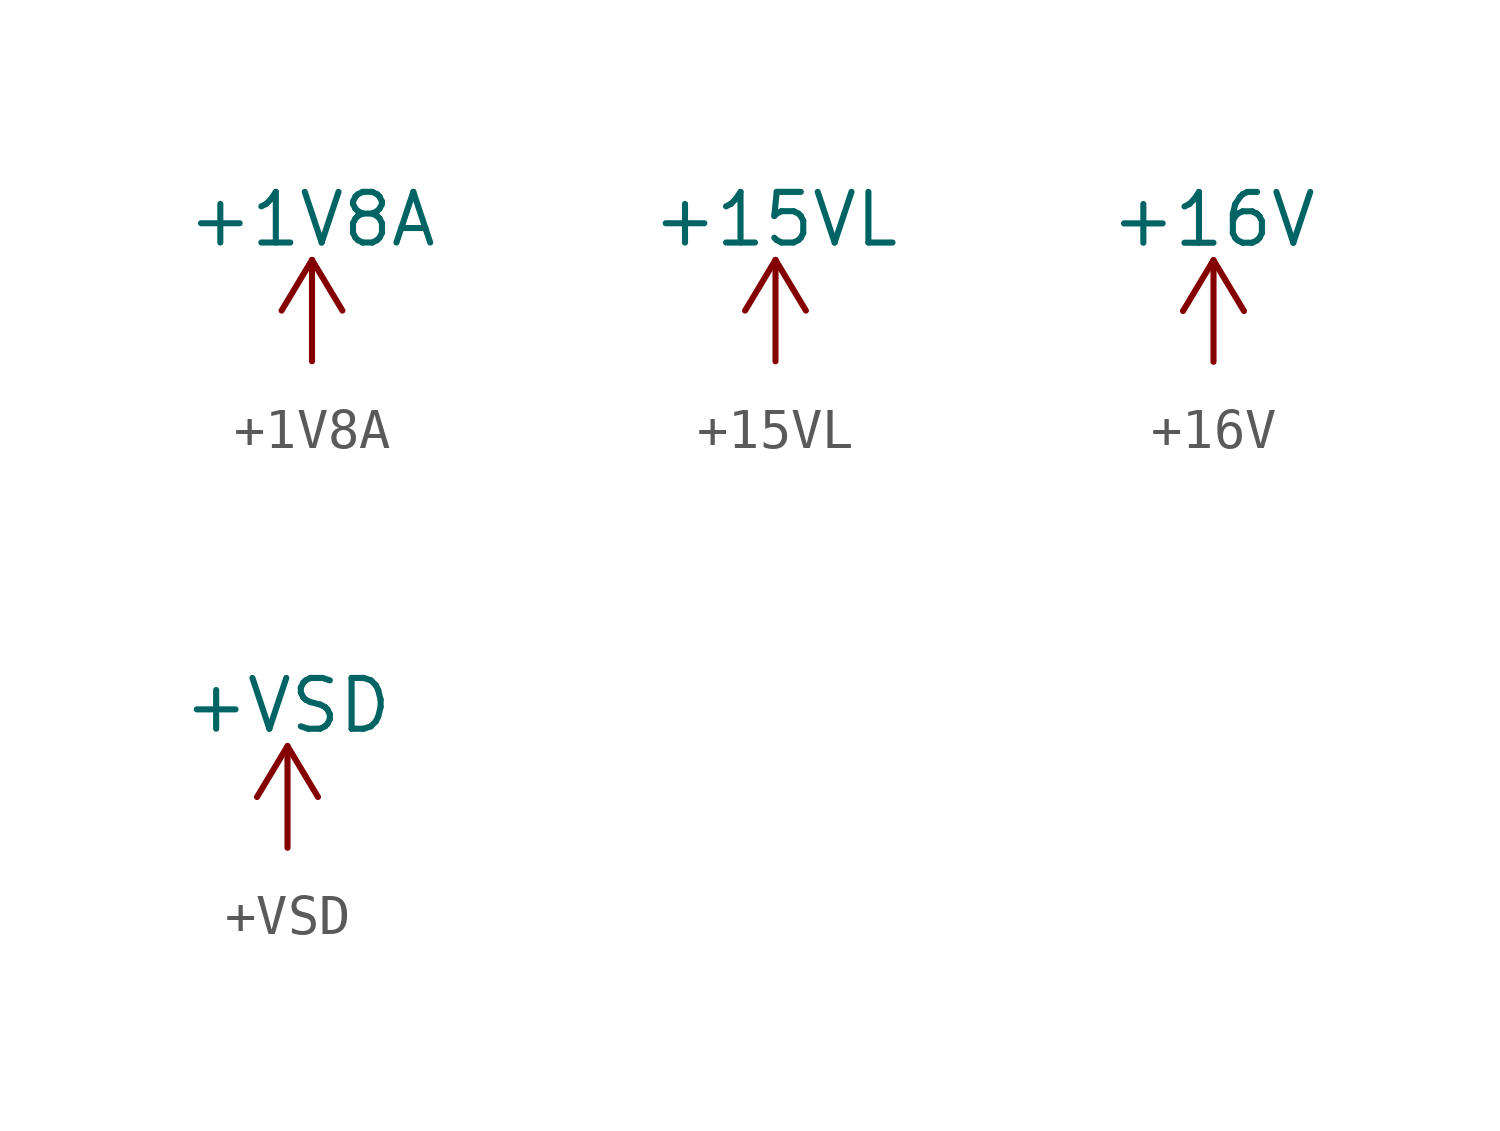
<source format=kicad_sym>
(kicad_symbol_lib
  (version 20220914)
  (generator kicad_symbol_editor)
  (symbol "+1V8A"
    (power)
    (pin_names
      (offset 0))
    (property "Reference" "#PWR"
      (at 0 -3.81 0)
      (effects (font (size 1.27 1.27)) hide))
    (property "Value" "+1V8A"
      (at 0 3.556 0)
      (effects (font (size 1.27 1.27))))
    (symbol "+1V8A_0_1"
      (polyline (pts (xy -0.762 1.27) (xy 0 2.54)) (stroke (width 0) (type default)) (fill (type none)))
      (polyline (pts (xy 0 0) (xy 0 2.54)) (stroke (width 0) (type default)) (fill (type none)))
      (polyline (pts (xy 0 2.54) (xy 0.762 1.27)) (stroke (width 0) (type default)) (fill (type none))))
    (symbol "+1V8A_1_1"
      (pin power_in line (at 0 0 90) (length 0) hide (name "+1V8A" (effects (font (size 1.27 1.27)))) (number "1" (effects (font (size 1.27 1.27)))))))
  (symbol "+15VL"
    (power)
    (pin_names
      (offset 0))
    (property "Reference" "#PWR"
      (at 0 -3.81 0)
      (effects (font (size 1.27 1.27)) hide))
    (property "Value" "+15VL"
      (at 0 3.556 0)
      (effects (font (size 1.27 1.27))))
    (symbol "+15VL_0_1"
      (polyline (pts (xy -0.762 1.27) (xy 0 2.54)) (stroke (width 0) (type default)) (fill (type none)))
      (polyline (pts (xy 0 0) (xy 0 2.54)) (stroke (width 0) (type default)) (fill (type none)))
      (polyline (pts (xy 0 2.54) (xy 0.762 1.27)) (stroke (width 0) (type default)) (fill (type none))))
    (symbol "+15VL_1_1"
      (pin power_in line (at 0 0 90) (length 0) hide (name "+15VL" (effects (font (size 1.27 1.27)))) (number "1" (effects (font (size 1.27 1.27)))))))
  (symbol "+16V"
    (power)
    (pin_names
      (offset 0))
    (property "Reference" "#PWR"
      (at 0 -3.81 0)
      (effects (font (size 1.27 1.27)) hide))
    (property "Value" "+16V"
      (at 0 3.556 0)
      (effects (font (size 1.27 1.27))))
    (symbol "+16V_0_1"
      (polyline (pts (xy -0.762 1.27) (xy 0 2.54)) (stroke (width 0) (type default)) (fill (type none)))
      (polyline (pts (xy 0 0) (xy 0 2.54)) (stroke (width 0) (type default)) (fill (type none)))
      (polyline (pts (xy 0 2.54) (xy 0.762 1.27)) (stroke (width 0) (type default)) (fill (type none))))
    (symbol "+16V_1_1"
      (pin power_in line (at 0 0 90) (length 0) hide (name "+16V" (effects (font (size 1.27 1.27)))) (number "1" (effects (font (size 1.27 1.27)))))))
  (symbol "+VSD"
    (power)
    (pin_names
      (offset 0))
    (property "Reference" "#PWR"
      (at 0 -3.81 0)
      (effects (font (size 1.27 1.27)) hide))
    (property "Value" "+VSD"
      (at 0 3.556 0)
      (effects (font (size 1.27 1.27))))
    (symbol "+VSD_0_1"
      (polyline (pts (xy -0.762 1.27) (xy 0 2.54)) (stroke (width 0) (type default)) (fill (type none)))
      (polyline (pts (xy 0 0) (xy 0 2.54)) (stroke (width 0) (type default)) (fill (type none)))
      (polyline (pts (xy 0 2.54) (xy 0.762 1.27)) (stroke (width 0) (type default)) (fill (type none))))
    (symbol "+VSD_1_1"
      (pin power_in line (at 0 0 90) (length 0) hide (name "+VSD" (effects (font (size 1.27 1.27)))) (number "1" (effects (font (size 1.27 1.27))))))))
</source>
